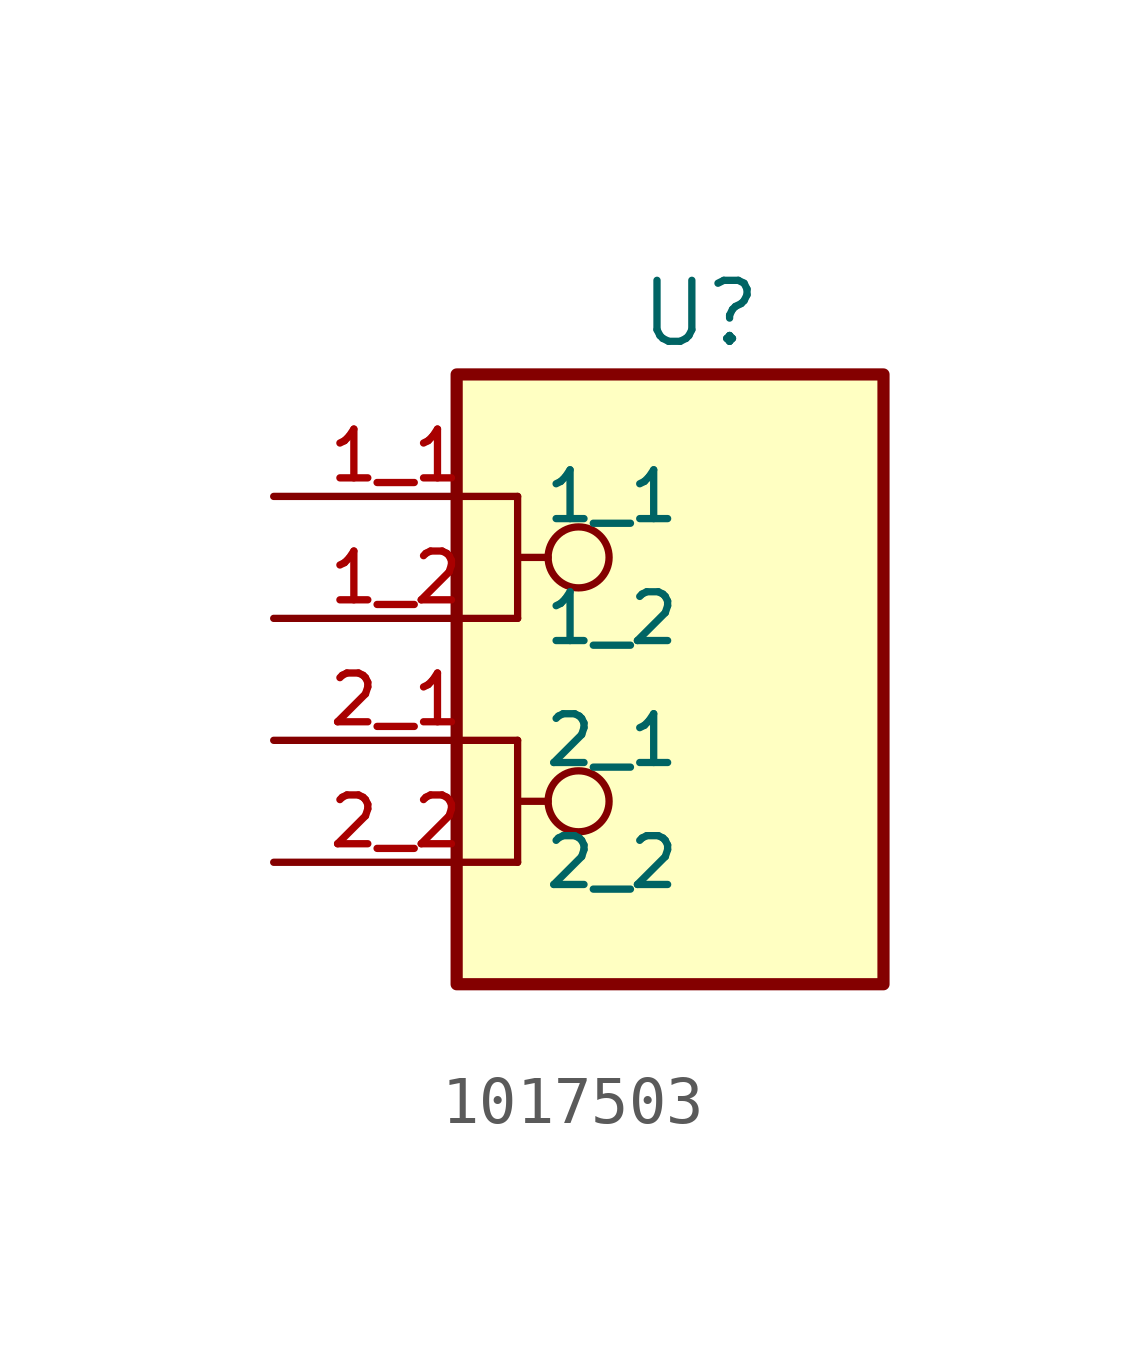
<source format=kicad_sym>
(kicad_symbol_lib
  (version 20241209)
  (generator "kicad_symbol_editor")
  (generator_version "9.0")
  (symbol "1017503"
    (property "Reference" "U"
      (at 0 0 0)
      (effects (font (size 1.27 1.27))))
    (property "Value" ""
      (at 0 0 0)
      (effects (font (size 1.27 1.27))))
    (symbol "1017503_0_0"
      (rectangle (start -5.08 -13.97) (end 3.81 -1.27) (stroke (width 0.254) (type default)) (fill (type background)))
      (polyline (pts (xy -3.81 -3.81) (xy -3.81 -6.35)) (stroke (width 0.152) (type default)) (fill (type none)))
      (polyline (pts (xy -3.81 -5.08) (xy -3.175 -5.08)) (stroke (width 0.152) (type default)) (fill (type none)))
      (polyline (pts (xy -3.81 -8.89) (xy -3.81 -11.43)) (stroke (width 0.152) (type default)) (fill (type none)))
      (polyline (pts (xy -3.81 -10.16) (xy -3.175 -10.16)) (stroke (width 0.152) (type default)) (fill (type none)))
      (circle (center -2.54 -5.08) (radius 0.635) (stroke (width 0.152) (type default)) (fill (type none)))
      (circle (center -2.54 -10.16) (radius 0.635) (stroke (width 0.152) (type default)) (fill (type none)))
      (pin passive line (at -8.89 -3.81 0) (length 5.08) (name "1_1" (effects (font (size 1.016 1.016)))) (number "1_1" (effects (font (size 1.016 1.016)))))
      (pin passive line (at -8.89 -6.35 0) (length 5.08) (name "1_2" (effects (font (size 1.016 1.016)))) (number "1_2" (effects (font (size 1.016 1.016)))))
      (pin passive line (at -8.89 -8.89 0) (length 5.08) (name "2_1" (effects (font (size 1.016 1.016)))) (number "2_1" (effects (font (size 1.016 1.016)))))
      (pin passive line (at -8.89 -11.43 0) (length 5.08) (name "2_2" (effects (font (size 1.016 1.016)))) (number "2_2" (effects (font (size 1.016 1.016))))))))
</source>
